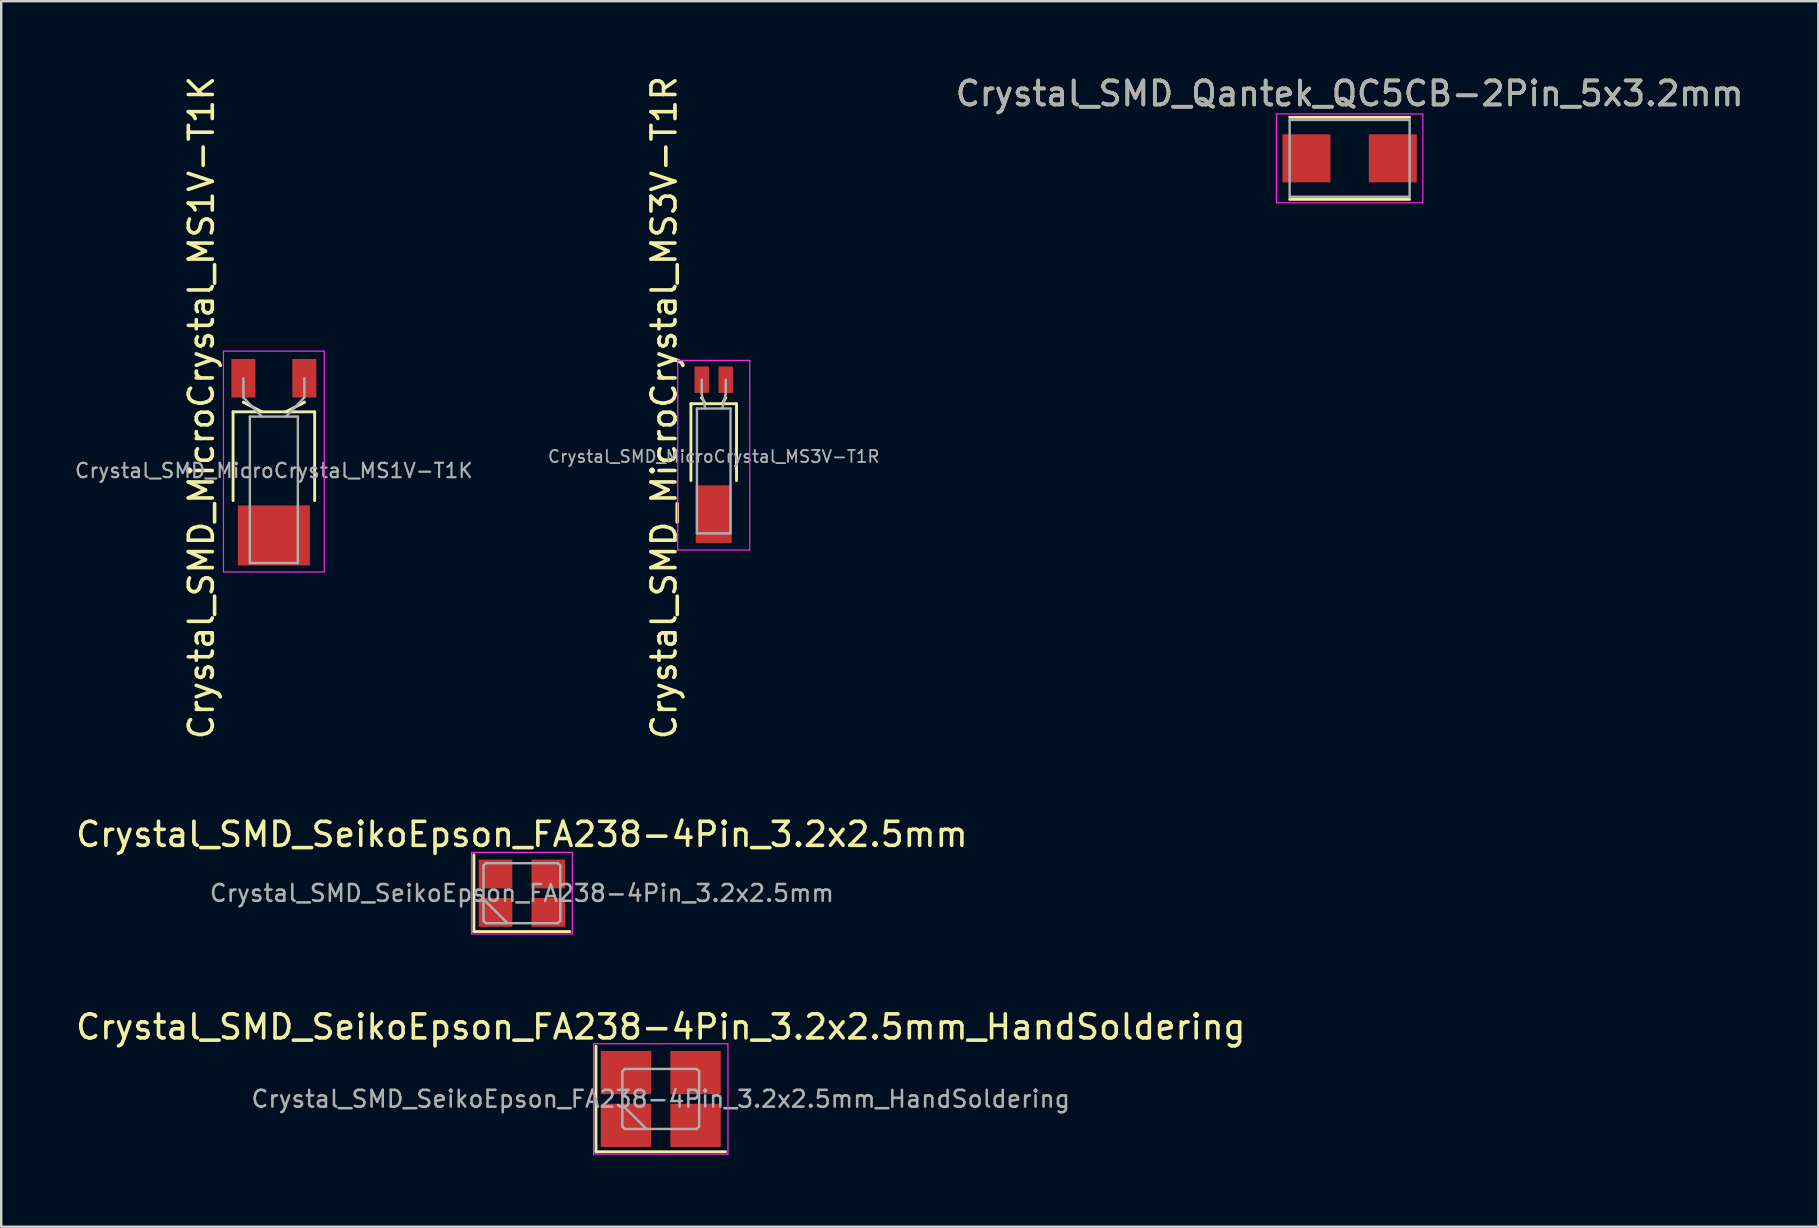
<source format=kicad_pcb>
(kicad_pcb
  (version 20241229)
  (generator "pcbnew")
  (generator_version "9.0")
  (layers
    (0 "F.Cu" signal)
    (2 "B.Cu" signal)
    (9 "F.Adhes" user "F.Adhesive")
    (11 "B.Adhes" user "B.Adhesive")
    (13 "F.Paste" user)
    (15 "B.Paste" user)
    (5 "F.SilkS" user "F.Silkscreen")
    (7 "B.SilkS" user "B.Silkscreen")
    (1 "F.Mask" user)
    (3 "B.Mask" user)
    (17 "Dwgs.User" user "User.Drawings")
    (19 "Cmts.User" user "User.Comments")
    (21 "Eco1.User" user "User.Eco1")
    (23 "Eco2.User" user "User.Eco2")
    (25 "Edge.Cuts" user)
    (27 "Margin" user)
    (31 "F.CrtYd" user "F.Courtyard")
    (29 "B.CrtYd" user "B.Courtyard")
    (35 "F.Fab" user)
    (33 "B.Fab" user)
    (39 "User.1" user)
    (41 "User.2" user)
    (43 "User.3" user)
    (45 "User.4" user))
  (footprint "Crystal_SMD_MicroCrystal_MS1V-T1K"
    (layer "F.Cu")
    (at 8.361 16.21)
    (property "Reference" "Crystal_SMD_MicroCrystal_MS1V-T1K" (at -3.02 -2.275 90) (layer "F.SilkS") (effects (font (size 1 1) (thickness 0.15))))
    (attr smd)
    (fp_line (start -1.7 -2.1) (end 1.7 -2.1) (stroke (width 0.12) (type solid)) (layer "F.SilkS"))
    (fp_line (start -1.7 1.6) (end -1.7 -2.1) (stroke (width 0.12) (type solid)) (layer "F.SilkS"))
    (fp_line (start -1.27 -2.5) (end -1.27 -2.5) (stroke (width 0.12) (type solid)) (layer "F.SilkS"))
    (fp_line (start -0.5 -2.1) (end -1.27 -2.5) (stroke (width 0.12) (type solid)) (layer "F.SilkS"))
    (fp_line (start 0.5 -2.1) (end 1.27 -2.5) (stroke (width 0.12) (type solid)) (layer "F.SilkS"))
    (fp_line (start 1.27 -2.5) (end 1.27 -2.5) (stroke (width 0.12) (type solid)) (layer "F.SilkS"))
    (fp_line (start 1.7 -2.1) (end 1.7 1.6) (stroke (width 0.12) (type solid)) (layer "F.SilkS"))
    (fp_line (start -2.1 -4.63) (end -2.1 4.57) (stroke (width 0.05) (type solid)) (layer "F.CrtYd"))
    (fp_line (start -2.1 4.57) (end 2.1 4.57) (stroke (width 0.05) (type solid)) (layer "F.CrtYd"))
    (fp_line (start 2.1 -4.63) (end -2.1 -4.63) (stroke (width 0.05) (type solid)) (layer "F.CrtYd"))
    (fp_line (start 2.1 4.57) (end 2.1 -4.63) (stroke (width 0.05) (type solid)) (layer "F.CrtYd"))
    (fp_line (start -1.27 -2.7) (end -1.27 -3.5) (stroke (width 0.1) (type solid)) (layer "F.Fab"))
    (fp_line (start -1 -1.9) (end -1 4.2) (stroke (width 0.1) (type solid)) (layer "F.Fab"))
    (fp_line (start -1 4.2) (end 1 4.2) (stroke (width 0.1) (type solid)) (layer "F.Fab"))
    (fp_line (start -0.5 -1.9) (end -1.27 -2.7) (stroke (width 0.1) (type solid)) (layer "F.Fab"))
    (fp_line (start 0.5 -1.9) (end 1.27 -2.7) (stroke (width 0.1) (type solid)) (layer "F.Fab"))
    (fp_line (start 1 -1.9) (end -1 -1.9) (stroke (width 0.1) (type solid)) (layer "F.Fab"))
    (fp_line (start 1 4.2) (end 1 -1.9) (stroke (width 0.1) (type solid)) (layer "F.Fab"))
    (fp_line (start 1.27 -2.7) (end 1.27 -3.5) (stroke (width 0.1) (type solid)) (layer "F.Fab"))
    (fp_text user "${REFERENCE}" (at 0 0.35 0) (layer "F.Fab") (effects (font (size 0.6 0.6) (thickness 0.09))))
    (pad "1" smd rect (at -1.27 -3.5) (size 1 1.6) (layers "F.Cu" "F.Mask" "F.Paste"))
    (pad "2" smd rect (at 1.27 -3.5) (size 1 1.6) (layers "F.Cu" "F.Mask" "F.Paste"))
    (pad "3" smd rect (at 0 3.05) (size 3 2.5) (layers "F.Cu" "F.Mask" "F.Paste")))
  (footprint "Crystal_SMD_SeikoEpson_FA238-4Pin_3.2x2.5mm_HandSoldering"
    (layer "F.Cu")
    (at 24.482 42.741)
    (property "Reference" "Crystal_SMD_SeikoEpson_FA238-4Pin_3.2x2.5mm_HandSoldering" (at 0 -3 0) (layer "F.SilkS") (effects (font (size 1 1) (thickness 0.15))))
    (attr smd)
    (fp_line (start -2.7 -2.2) (end -2.7 2.2) (stroke (width 0.12) (type solid)) (layer "F.SilkS"))
    (fp_line (start -2.7 2.2) (end 2.7 2.2) (stroke (width 0.12) (type solid)) (layer "F.SilkS"))
    (fp_line (start -2.8 -2.3) (end -2.8 2.3) (stroke (width 0.05) (type solid)) (layer "F.CrtYd"))
    (fp_line (start -2.8 2.3) (end 2.8 2.3) (stroke (width 0.05) (type solid)) (layer "F.CrtYd"))
    (fp_line (start 2.8 -2.3) (end -2.8 -2.3) (stroke (width 0.05) (type solid)) (layer "F.CrtYd"))
    (fp_line (start 2.8 2.3) (end 2.8 -2.3) (stroke (width 0.05) (type solid)) (layer "F.CrtYd"))
    (fp_line (start -1.6 -1.15) (end -1.5 -1.25) (stroke (width 0.1) (type solid)) (layer "F.Fab"))
    (fp_line (start -1.6 0.25) (end -0.6 1.25) (stroke (width 0.1) (type solid)) (layer "F.Fab"))
    (fp_line (start -1.6 1.15) (end -1.6 -1.15) (stroke (width 0.1) (type solid)) (layer "F.Fab"))
    (fp_line (start -1.5 -1.25) (end 1.5 -1.25) (stroke (width 0.1) (type solid)) (layer "F.Fab"))
    (fp_line (start -1.5 1.25) (end -1.6 1.15) (stroke (width 0.1) (type solid)) (layer "F.Fab"))
    (fp_line (start 1.5 -1.25) (end 1.6 -1.15) (stroke (width 0.1) (type solid)) (layer "F.Fab"))
    (fp_line (start 1.5 1.25) (end -1.5 1.25) (stroke (width 0.1) (type solid)) (layer "F.Fab"))
    (fp_line (start 1.6 -1.15) (end 1.6 1.15) (stroke (width 0.1) (type solid)) (layer "F.Fab"))
    (fp_line (start 1.6 1.15) (end 1.5 1.25) (stroke (width 0.1) (type solid)) (layer "F.Fab"))
    (fp_text user "${REFERENCE}" (at 0 0 0) (layer "F.Fab") (effects (font (size 0.7 0.7) (thickness 0.105))))
    (pad "1" smd rect (at -1.45 1.1) (size 2.1 1.8) (layers "F.Cu" "F.Mask" "F.Paste"))
    (pad "2" smd rect (at 1.45 1.1) (size 2.1 1.8) (layers "F.Cu" "F.Mask" "F.Paste"))
    (pad "3" smd rect (at 1.45 -1.1) (size 2.1 1.8) (layers "F.Cu" "F.Mask" "F.Paste"))
    (pad "4" smd rect (at -1.45 -1.1) (size 2.1 1.8) (layers "F.Cu" "F.Mask" "F.Paste")))
  (footprint "Crystal_SMD_SeikoEpson_FA238-4Pin_3.2x2.5mm"
    (layer "F.Cu")
    (at 18.696 34.167)
    (property "Reference" "Crystal_SMD_SeikoEpson_FA238-4Pin_3.2x2.5mm" (at 0 -2.45 0) (layer "F.SilkS") (effects (font (size 1 1) (thickness 0.15))))
    (attr smd)
    (fp_line (start -2 -1.6) (end -2 1.6) (stroke (width 0.12) (type solid)) (layer "F.SilkS"))
    (fp_line (start -2 1.6) (end 2 1.6) (stroke (width 0.12) (type solid)) (layer "F.SilkS"))
    (fp_line (start -2.1 -1.7) (end -2.1 1.7) (stroke (width 0.05) (type solid)) (layer "F.CrtYd"))
    (fp_line (start -2.1 1.7) (end 2.1 1.7) (stroke (width 0.05) (type solid)) (layer "F.CrtYd"))
    (fp_line (start 2.1 -1.7) (end -2.1 -1.7) (stroke (width 0.05) (type solid)) (layer "F.CrtYd"))
    (fp_line (start 2.1 1.7) (end 2.1 -1.7) (stroke (width 0.05) (type solid)) (layer "F.CrtYd"))
    (fp_line (start -1.6 -1.15) (end -1.5 -1.25) (stroke (width 0.1) (type solid)) (layer "F.Fab"))
    (fp_line (start -1.6 0.25) (end -0.6 1.25) (stroke (width 0.1) (type solid)) (layer "F.Fab"))
    (fp_line (start -1.6 1.15) (end -1.6 -1.15) (stroke (width 0.1) (type solid)) (layer "F.Fab"))
    (fp_line (start -1.5 -1.25) (end 1.5 -1.25) (stroke (width 0.1) (type solid)) (layer "F.Fab"))
    (fp_line (start -1.5 1.25) (end -1.6 1.15) (stroke (width 0.1) (type solid)) (layer "F.Fab"))
    (fp_line (start 1.5 -1.25) (end 1.6 -1.15) (stroke (width 0.1) (type solid)) (layer "F.Fab"))
    (fp_line (start 1.5 1.25) (end -1.5 1.25) (stroke (width 0.1) (type solid)) (layer "F.Fab"))
    (fp_line (start 1.6 -1.15) (end 1.6 1.15) (stroke (width 0.1) (type solid)) (layer "F.Fab"))
    (fp_line (start 1.6 1.15) (end 1.5 1.25) (stroke (width 0.1) (type solid)) (layer "F.Fab"))
    (fp_text user "${REFERENCE}" (at 0 0 0) (layer "F.Fab") (effects (font (size 0.7 0.7) (thickness 0.105))))
    (pad "1" smd rect (at -1.1 0.8) (size 1.4 1.2) (layers "F.Cu" "F.Mask" "F.Paste"))
    (pad "2" smd rect (at 1.1 0.8) (size 1.4 1.2) (layers "F.Cu" "F.Mask" "F.Paste"))
    (pad "3" smd rect (at 1.1 -0.8) (size 1.4 1.2) (layers "F.Cu" "F.Mask" "F.Paste"))
    (pad "4" smd rect (at -1.1 -0.8) (size 1.4 1.2) (layers "F.Cu" "F.Mask" "F.Paste")))
  (footprint "Crystal_SMD_MicroCrystal_MS3V-T1R"
    (layer "F.Cu")
    (at 26.689 15.897)
    (property "Reference" "Crystal_SMD_MicroCrystal_MS3V-T1R" (at -2.07 -1.962 90) (layer "F.SilkS") (effects (font (size 1 1) (thickness 0.15))))
    (attr smd)
    (fp_line (start -0.95 -2.125) (end 0.95 -2.125) (stroke (width 0.12) (type solid)) (layer "F.SilkS"))
    (fp_line (start -0.95 1.075) (end -0.95 -2.125) (stroke (width 0.12) (type solid)) (layer "F.SilkS"))
    (fp_line (start -0.5 -2.375) (end -0.5 -2.375) (stroke (width 0.12) (type solid)) (layer "F.SilkS"))
    (fp_line (start -0.35 -2.125) (end -0.5 -2.375) (stroke (width 0.12) (type solid)) (layer "F.SilkS"))
    (fp_line (start 0.35 -2.125) (end 0.5 -2.375) (stroke (width 0.12) (type solid)) (layer "F.SilkS"))
    (fp_line (start 0.5 -2.375) (end 0.5 -2.375) (stroke (width 0.12) (type solid)) (layer "F.SilkS"))
    (fp_line (start 0.95 -2.125) (end 0.95 1.075) (stroke (width 0.12) (type solid)) (layer "F.SilkS"))
    (fp_line (start -1.5 -3.93) (end -1.5 3.97) (stroke (width 0.05) (type solid)) (layer "F.CrtYd"))
    (fp_line (start -1.5 3.97) (end 1.5 3.97) (stroke (width 0.05) (type solid)) (layer "F.CrtYd"))
    (fp_line (start 1.5 -3.93) (end -1.5 -3.93) (stroke (width 0.05) (type solid)) (layer "F.CrtYd"))
    (fp_line (start 1.5 3.97) (end 1.5 -3.93) (stroke (width 0.05) (type solid)) (layer "F.CrtYd"))
    (fp_line (start -0.7 -1.925) (end -0.7 3.275) (stroke (width 0.1) (type solid)) (layer "F.Fab"))
    (fp_line (start -0.7 3.275) (end 0.7 3.275) (stroke (width 0.1) (type solid)) (layer "F.Fab"))
    (fp_line (start -0.5 -2.525) (end -0.5 -3.125) (stroke (width 0.1) (type solid)) (layer "F.Fab"))
    (fp_line (start -0.35 -1.925) (end -0.5 -2.525) (stroke (width 0.1) (type solid)) (layer "F.Fab"))
    (fp_line (start 0.35 -1.925) (end 0.5 -2.525) (stroke (width 0.1) (type solid)) (layer "F.Fab"))
    (fp_line (start 0.5 -2.525) (end 0.5 -3.125) (stroke (width 0.1) (type solid)) (layer "F.Fab"))
    (fp_line (start 0.7 -1.925) (end -0.7 -1.925) (stroke (width 0.1) (type solid)) (layer "F.Fab"))
    (fp_line (start 0.7 3.275) (end 0.7 -1.925) (stroke (width 0.1) (type solid)) (layer "F.Fab"))
    (fp_text user "${REFERENCE}" (at 0 0.075 0) (layer "F.Fab") (effects (font (size 0.5 0.5) (thickness 0.075))))
    (pad "1" smd rect (at -0.5 -3.125) (size 0.6 1.1) (layers "F.Cu" "F.Mask" "F.Paste"))
    (pad "2" smd rect (at 0.5 -3.125) (size 0.6 1.1) (layers "F.Cu" "F.Mask" "F.Paste"))
    (pad "3" smd rect (at 0 2.475) (size 1.5 2.4) (layers "F.Cu" "F.Mask" "F.Paste")))
  (footprint "Crystal_SMD_Qantek_QC5CB-2Pin_5x3.2mm"
    (layer "F.Cu")
    (at 53.186 3.548)
    (property "Reference" "Crystal_SMD_Qantek_QC5CB-2Pin_5x3.2mm" (at 0 -2.7 0) (layer "F.SilkS") (effects (font (size 1 1) (thickness 0.15))))
    (attr smd)
    (fp_line (start -2.5 -1.71) (end 2.5 -1.71) (stroke (width 0.12) (type solid)) (layer "F.SilkS"))
    (fp_line (start -2.5 1.71) (end 2.5 1.71) (stroke (width 0.12) (type solid)) (layer "F.SilkS"))
    (fp_line (start -3.05 -1.85) (end -3.05 1.85) (stroke (width 0.05) (type solid)) (layer "F.CrtYd"))
    (fp_line (start -3.05 -1.85) (end 3.05 -1.85) (stroke (width 0.05) (type solid)) (layer "F.CrtYd"))
    (fp_line (start -3.05 1.85) (end 3.05 1.85) (stroke (width 0.05) (type solid)) (layer "F.CrtYd"))
    (fp_line (start 3.05 -1.85) (end 3.05 1.85) (stroke (width 0.05) (type solid)) (layer "F.CrtYd"))
    (fp_line (start -2.5 -1.6) (end -2.5 1.6) (stroke (width 0.1) (type solid)) (layer "F.Fab"))
    (fp_line (start -2.5 -1.6) (end 2.5 -1.6) (stroke (width 0.1) (type solid)) (layer "F.Fab"))
    (fp_line (start -2.5 1.6) (end 2.5 1.6) (stroke (width 0.1) (type solid)) (layer "F.Fab"))
    (fp_line (start 2.5 -1.6) (end 2.5 1.6) (stroke (width 0.1) (type solid)) (layer "F.Fab"))
    (fp_text user "${REFERENCE}" (at 0 -2.7 0) (layer "F.Fab") (effects (font (size 1 1) (thickness 0.15))))
    (pad "1" smd rect (at -1.8 0) (size 2 2) (layers "F.Cu" "F.Mask" "F.Paste"))
    (pad "2" smd rect (at 1.8 0) (size 2 2) (layers "F.Cu" "F.Mask" "F.Paste")))
  (gr_rect
    (start -3 -3)
    (end 72.715 48.066)
    (stroke (width 0.1) (type default))
    (fill no)
    (layer "Edge.Cuts")))
</source>
